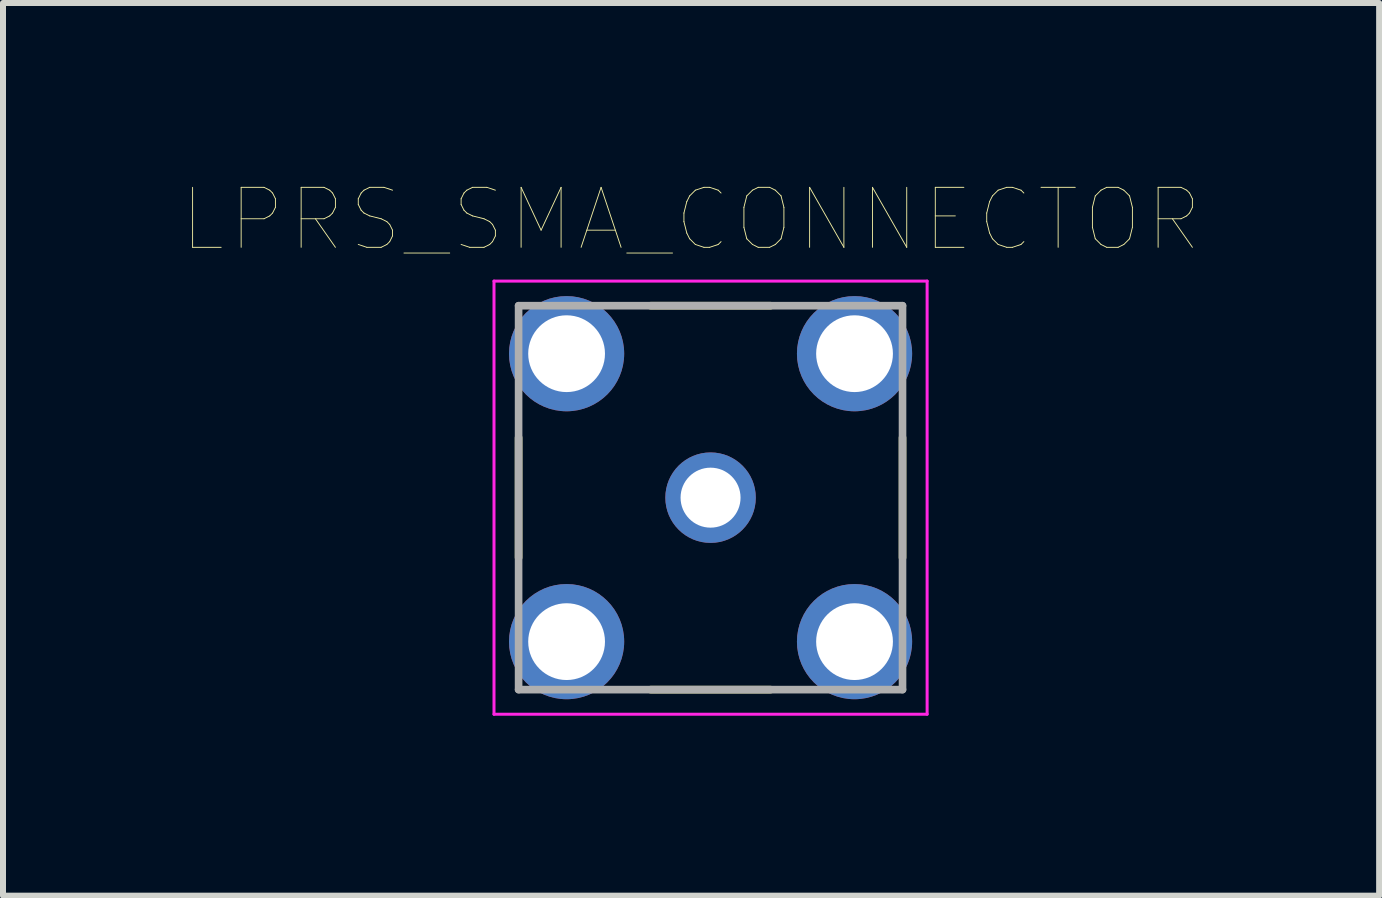
<source format=kicad_pcb>
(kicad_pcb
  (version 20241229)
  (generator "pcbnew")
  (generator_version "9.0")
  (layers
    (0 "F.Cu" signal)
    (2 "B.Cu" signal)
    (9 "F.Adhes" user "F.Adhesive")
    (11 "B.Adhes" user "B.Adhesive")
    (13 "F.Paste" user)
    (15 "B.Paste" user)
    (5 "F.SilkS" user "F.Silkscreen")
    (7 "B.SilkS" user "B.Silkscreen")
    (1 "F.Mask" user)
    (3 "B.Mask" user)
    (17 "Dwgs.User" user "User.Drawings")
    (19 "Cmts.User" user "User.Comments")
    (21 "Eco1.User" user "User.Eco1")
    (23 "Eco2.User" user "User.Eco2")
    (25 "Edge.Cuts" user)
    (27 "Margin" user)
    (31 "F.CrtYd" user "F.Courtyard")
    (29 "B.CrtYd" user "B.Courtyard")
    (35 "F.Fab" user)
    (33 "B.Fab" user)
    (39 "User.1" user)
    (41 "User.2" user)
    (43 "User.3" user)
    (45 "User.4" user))
  (footprint "LPRS_SMA_CONNECTOR"
    (layer "F.Cu")
    (at 8.795 5.246)
    (property "Reference" "LPRS_SMA_CONNECTOR" (at -0.325 -4.635 0) (layer "F.SilkS") (effects (font (size 1 1) (thickness 0.015))))
    (attr through_hole)
    (fp_line (start -3.2 1) (end -3.2 -1) (stroke (width 0.127) (type solid)) (layer "F.SilkS"))
    (fp_line (start -1 -3.2) (end 1 -3.2) (stroke (width 0.127) (type solid)) (layer "F.SilkS"))
    (fp_line (start 1 3.2) (end -1 3.2) (stroke (width 0.127) (type solid)) (layer "F.SilkS"))
    (fp_line (start 3.2 -1) (end 3.2 1) (stroke (width 0.127) (type solid)) (layer "F.SilkS"))
    (fp_line (start -3.61 -3.61) (end 3.61 -3.61) (stroke (width 0.05) (type solid)) (layer "F.CrtYd"))
    (fp_line (start -3.61 3.61) (end -3.61 -3.61) (stroke (width 0.05) (type solid)) (layer "F.CrtYd"))
    (fp_line (start 3.61 -3.61) (end 3.61 3.61) (stroke (width 0.05) (type solid)) (layer "F.CrtYd"))
    (fp_line (start 3.61 3.61) (end -3.61 3.61) (stroke (width 0.05) (type solid)) (layer "F.CrtYd"))
    (fp_line (start -3.2 -3.2) (end 3.2 -3.2) (stroke (width 0.127) (type solid)) (layer "F.Fab"))
    (fp_line (start -3.2 3.2) (end -3.2 -3.2) (stroke (width 0.127) (type solid)) (layer "F.Fab"))
    (fp_line (start 3.2 -3.2) (end 3.2 3.2) (stroke (width 0.127) (type solid)) (layer "F.Fab"))
    (fp_line (start 3.2 3.2) (end -3.2 3.2) (stroke (width 0.127) (type solid)) (layer "F.Fab"))
    (pad "1" thru_hole circle (at 0 0) (size 1.508 1.508) (drill 1) (layers "*.Cu" "*.Mask"))
    (pad "G1" thru_hole circle (at -2.4 -2.4) (size 1.92 1.92) (drill 1.28) (layers "*.Cu" "*.Mask"))
    (pad "G2" thru_hole circle (at -2.4 2.4) (size 1.92 1.92) (drill 1.28) (layers "*.Cu" "*.Mask"))
    (pad "G3" thru_hole circle (at 2.4 2.4) (size 1.92 1.92) (drill 1.28) (layers "*.Cu" "*.Mask"))
    (pad "G4" thru_hole circle (at 2.4 -2.4) (size 1.92 1.92) (drill 1.28) (layers "*.Cu" "*.Mask")))
  (gr_rect
    (start -3 -3)
    (end 19.94 11.881)
    (stroke (width 0.1) (type default))
    (fill no)
    (layer "Edge.Cuts")))
</source>
